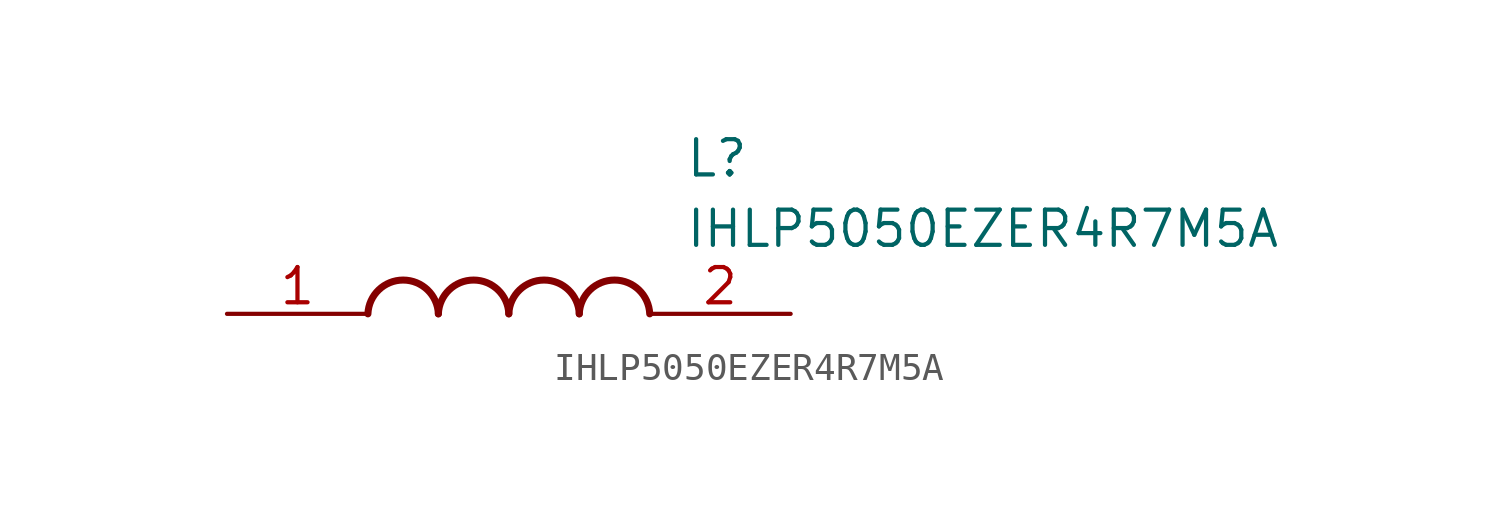
<source format=kicad_sym>
(kicad_symbol_lib
  (version 20211014)
  (generator SamacSys_ECAD_Model)
  (symbol "IHLP5050EZER4R7M5A"
    (pin_names hide)
    (property "Reference" "L"
      (at 16.51 6.35 0)
      (effects (font (size 1.27 1.27)) (justify left top)))
    (property "Value" "IHLP5050EZER4R7M5A"
      (at 16.51 3.81 0)
      (effects (font (size 1.27 1.27)) (justify left top)))
    (arc
      (start 7.62 0)
      (mid 6.35 1.219)
      (end 5.08 0)
      (stroke (width 0.254) (type default))
      (fill (type none)))
    (arc
      (start 10.16 0)
      (mid 8.89 1.219)
      (end 7.62 0)
      (stroke (width 0.254) (type default))
      (fill (type none)))
    (arc
      (start 12.7 0)
      (mid 11.43 1.219)
      (end 10.16 0)
      (stroke (width 0.254) (type default))
      (fill (type none)))
    (arc
      (start 15.24 0)
      (mid 13.97 1.219)
      (end 12.7 0)
      (stroke (width 0.254) (type default))
      (fill (type none)))
    (pin passive line
      (at 0 0 0)
      (length 5.08)
      (name "1" (effects (font (size 1.27 1.27))))
      (number "1" (effects (font (size 1.27 1.27)))))
    (pin passive line
      (at 20.32 0 180)
      (length 5.08)
      (name "2" (effects (font (size 1.27 1.27))))
      (number "2" (effects (font (size 1.27 1.27)))))))
</source>
